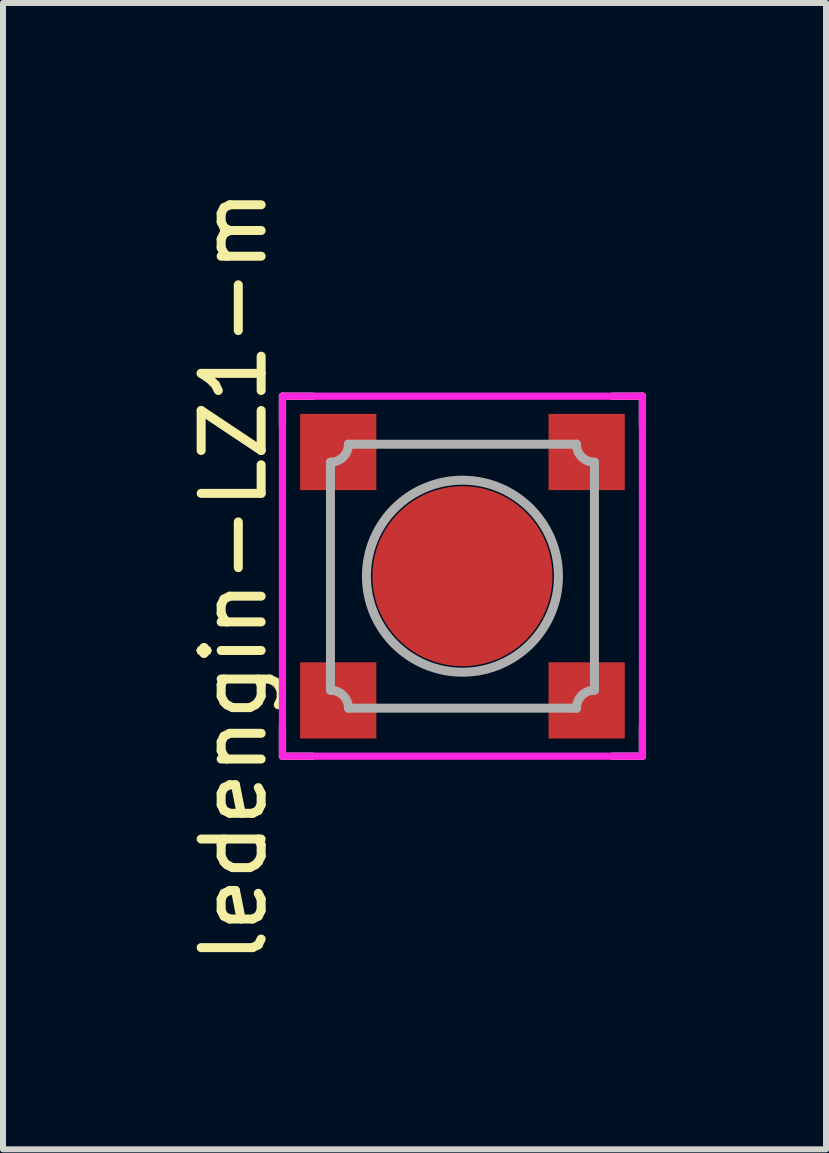
<source format=kicad_pcb>
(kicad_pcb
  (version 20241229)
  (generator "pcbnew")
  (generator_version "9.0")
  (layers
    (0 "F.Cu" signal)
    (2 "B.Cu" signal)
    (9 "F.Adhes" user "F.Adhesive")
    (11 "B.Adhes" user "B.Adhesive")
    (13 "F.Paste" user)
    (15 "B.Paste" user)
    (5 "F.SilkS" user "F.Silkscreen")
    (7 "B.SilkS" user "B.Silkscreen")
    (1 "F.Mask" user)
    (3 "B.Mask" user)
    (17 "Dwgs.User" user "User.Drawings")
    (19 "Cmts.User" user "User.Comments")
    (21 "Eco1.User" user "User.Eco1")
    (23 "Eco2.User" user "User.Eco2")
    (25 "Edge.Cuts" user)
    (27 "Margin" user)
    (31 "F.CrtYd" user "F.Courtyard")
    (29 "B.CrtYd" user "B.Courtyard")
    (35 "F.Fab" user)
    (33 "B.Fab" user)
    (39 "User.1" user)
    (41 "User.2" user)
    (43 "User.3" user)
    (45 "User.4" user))
  (footprint "ledengin-LZ1-m"
    (layer "F.Cu")
    (at 4.658 6.554)
    (property "Reference" "ledengin-LZ1-m" (at -3.81 0 90) (layer "F.SilkS") (effects (font (size 1 1) (thickness 0.15))))
    (attr through_hole)
    (fp_line (start -3 -3) (end -3 -2.5) (stroke (width 0.12) (type solid)) (layer "F.SilkS"))
    (fp_line (start -3 -3) (end -2.5 -3) (stroke (width 0.12) (type solid)) (layer "F.SilkS"))
    (fp_line (start -3 3) (end -3 2.5) (stroke (width 0.12) (type solid)) (layer "F.SilkS"))
    (fp_line (start -3 3) (end -2.5 3) (stroke (width 0.12) (type solid)) (layer "F.SilkS"))
    (fp_line (start 3 -3) (end 2.5 -3) (stroke (width 0.12) (type solid)) (layer "F.SilkS"))
    (fp_line (start 3 -3) (end 3 -2.5) (stroke (width 0.12) (type solid)) (layer "F.SilkS"))
    (fp_line (start 3 3) (end 2.5 3) (stroke (width 0.12) (type solid)) (layer "F.SilkS"))
    (fp_line (start 3 3) (end 3 2.5) (stroke (width 0.12) (type solid)) (layer "F.SilkS"))
    (fp_line (start -3 -3) (end 3 -3) (stroke (width 0.12) (type solid)) (layer "F.CrtYd"))
    (fp_line (start -3 3) (end -3 -3) (stroke (width 0.12) (type solid)) (layer "F.CrtYd"))
    (fp_line (start 3 -3) (end 3 3) (stroke (width 0.12) (type solid)) (layer "F.CrtYd"))
    (fp_line (start 3 3) (end -3 3) (stroke (width 0.12) (type solid)) (layer "F.CrtYd"))
    (fp_line (start -2.2 1.9) (end -2.2 -1.9) (stroke (width 0.15) (type solid)) (layer "F.Fab"))
    (fp_line (start -1.9 -2.2) (end 1.9 -2.2) (stroke (width 0.15) (type solid)) (layer "F.Fab"))
    (fp_line (start -1.9 2.2) (end 1.9 2.2) (stroke (width 0.15) (type solid)) (layer "F.Fab"))
    (fp_line (start 2.2 -1.9) (end 2.2 1.9) (stroke (width 0.15) (type solid)) (layer "F.Fab"))
    (fp_arc (start -2.2 1.9) (mid -1.987868 1.987868) (end -1.9 2.2) (stroke (width 0.15) (type solid)) (layer "F.Fab"))
    (fp_arc (start -1.9 -2.2) (mid -1.987868 -1.987868) (end -2.2 -1.9) (stroke (width 0.15) (type solid)) (layer "F.Fab"))
    (fp_arc (start 1.9 2.2) (mid 1.987868 1.987868) (end 2.2 1.9) (stroke (width 0.15) (type solid)) (layer "F.Fab"))
    (fp_arc (start 2.2 -1.9) (mid 1.987868 -1.987868) (end 1.9 -2.2) (stroke (width 0.15) (type solid)) (layer "F.Fab"))
    (fp_circle (center 0 0) (end 0 1.6) (stroke (width 0.15) (type solid)) (fill no) (layer "F.Fab"))
    (pad "1" smd rect (at -2.07 -2.07) (size 1.27 1.27) (layers "F.Cu" "F.Mask" "F.Paste"))
    (pad "2" smd rect (at 2.07 -2.07) (size 1.27 1.27) (layers "F.Cu" "F.Mask" "F.Paste"))
    (pad "3" smd rect (at 2.07 2.07) (size 1.27 1.27) (layers "F.Cu" "F.Mask" "F.Paste"))
    (pad "4" smd rect (at -2.07 2.07) (size 1.27 1.27) (layers "F.Cu" "F.Mask" "F.Paste"))
    (pad "5" smd circle (at 0 0) (size 3 3) (layers "F.Cu" "F.Mask" "F.Paste")))
  (gr_rect
    (start -3 -3)
    (end 10.718 16.107)
    (stroke (width 0.1) (type default))
    (fill no)
    (layer "Edge.Cuts")))
</source>
